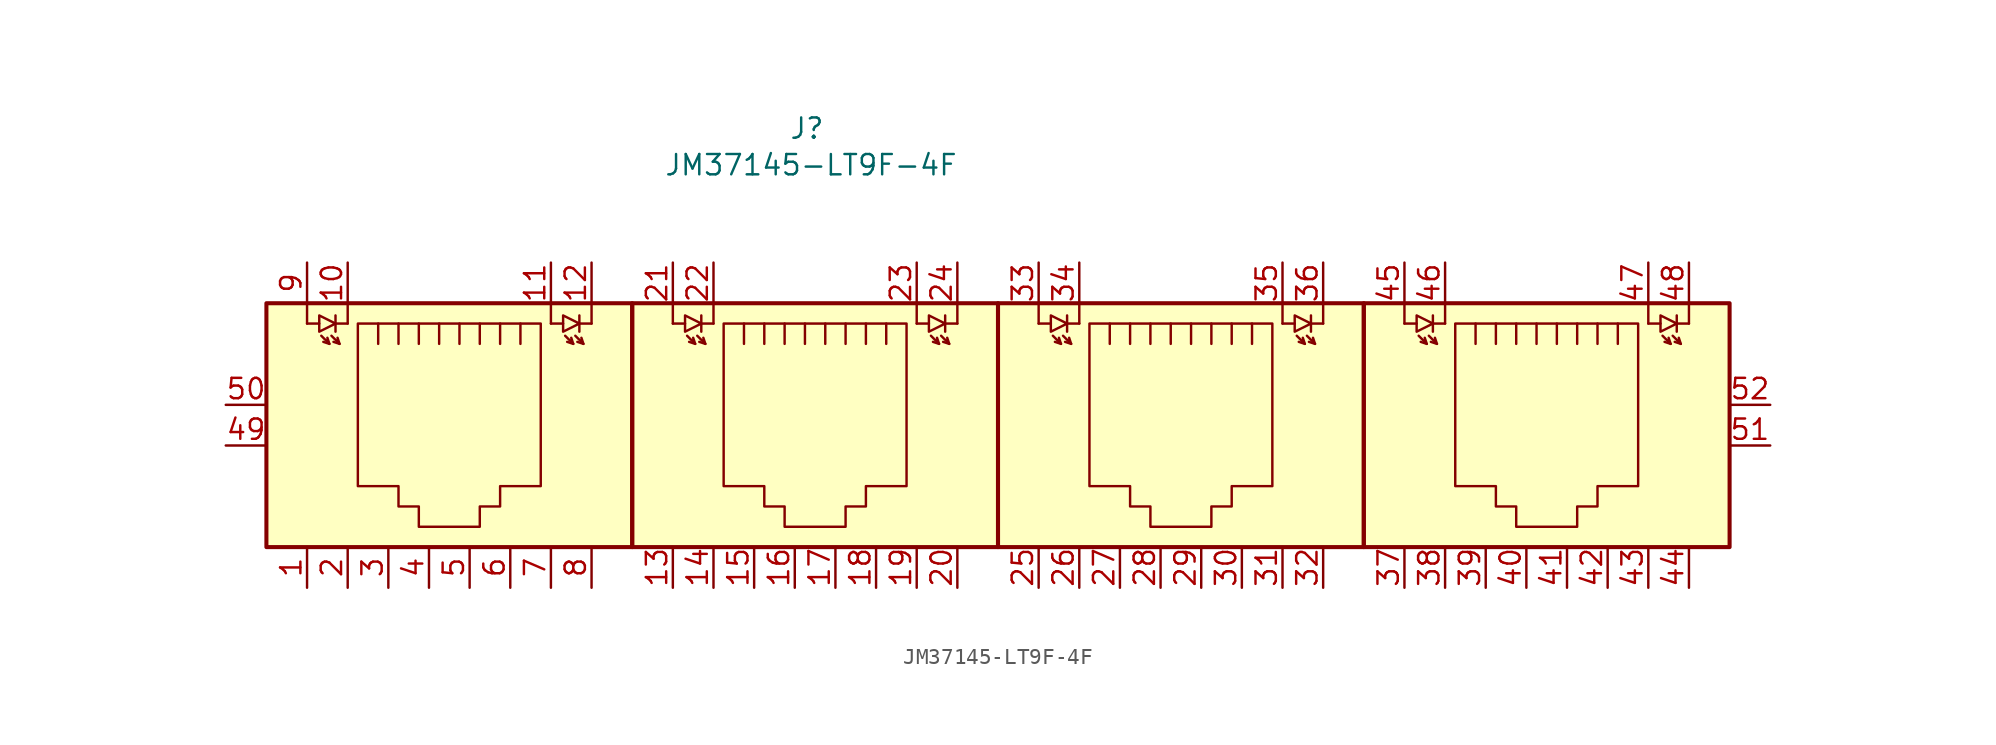
<source format=kicad_sym>
(kicad_symbol_lib
  (version 20241209)
  (generator "kicad_symbol_editor")
  (generator_version "9.0")
  (symbol "JM37145-LT9F-4F"
    (pin_names
      (hide yes))
    (property "Reference" "J"
      (at 2.032 5.842 0)
      (effects (font (size 1.27 1.27))))
    (property "Value" "JM37145-LT9F-4F"
      (at 2.286 3.556 0)
      (effects (font (size 1.27 1.27))))
    (symbol "JM37145-LT9F-4F_0_1"
      (polyline (pts (xy -29.21 -5.08) (xy -29.21 -6.35)) (stroke (width 0) (type default)) (fill (type none)))
      (polyline (pts (xy -29.21 -6.35) (xy -28.448 -6.35)) (stroke (width 0) (type default)) (fill (type none)))
      (polyline (pts (xy -28.321 -7.112) (xy -27.813 -7.62) (xy -27.94 -7.239)) (stroke (width 0) (type default)) (fill (type none)))
      (polyline (pts (xy -27.813 -7.62) (xy -28.194 -7.493)) (stroke (width 0) (type default)) (fill (type none)))
      (polyline (pts (xy -27.686 -7.112) (xy -27.178 -7.62) (xy -27.305 -7.239)) (stroke (width 0) (type default)) (fill (type none)))
      (polyline (pts (xy -27.432 -5.842) (xy -27.432 -6.858)) (stroke (width 0) (type default)) (fill (type none)))
      (polyline (pts (xy -27.432 -6.35) (xy -28.448 -5.842) (xy -28.448 -6.858) (xy -27.432 -6.35)) (stroke (width 0) (type default)) (fill (type none)))
      (polyline (pts (xy -27.178 -7.62) (xy -27.559 -7.493)) (stroke (width 0) (type default)) (fill (type none)))
      (polyline (pts (xy -26.67 -5.08) (xy -26.67 -6.35)) (stroke (width 0) (type default)) (fill (type none)))
      (polyline (pts (xy -26.67 -6.35) (xy -27.432 -6.35)) (stroke (width 0) (type default)) (fill (type none)))
      (polyline (pts (xy -26.035 -6.35) (xy -14.605 -6.35) (xy -14.605 -16.51) (xy -17.145 -16.51) (xy -17.145 -17.78) (xy -18.415 -17.78) (xy -18.415 -19.05) (xy -22.225 -19.05) (xy -22.225 -17.78) (xy -23.495 -17.78) (xy -23.495 -16.51) (xy -26.035 -16.51) (xy -26.035 -6.35) (xy -26.035 -6.35)) (stroke (width 0) (type default)) (fill (type none)))
      (polyline (pts (xy -24.765 -6.35) (xy -24.765 -7.62) (xy -24.765 -7.62)) (stroke (width 0) (type default)) (fill (type none)))
      (polyline (pts (xy -23.495 -6.35) (xy -23.495 -7.62) (xy -23.495 -7.62)) (stroke (width 0) (type default)) (fill (type none)))
      (polyline (pts (xy -22.225 -6.35) (xy -22.225 -7.62) (xy -22.225 -7.62)) (stroke (width 0) (type default)) (fill (type none)))
      (polyline (pts (xy -20.955 -6.35) (xy -20.955 -7.62) (xy -20.955 -7.62)) (stroke (width 0) (type default)) (fill (type none)))
      (polyline (pts (xy -19.685 -6.35) (xy -19.685 -7.62) (xy -19.685 -7.62)) (stroke (width 0) (type default)) (fill (type none)))
      (polyline (pts (xy -18.415 -7.62) (xy -18.415 -6.35) (xy -18.415 -6.35)) (stroke (width 0) (type default)) (fill (type none)))
      (polyline (pts (xy -17.145 -7.62) (xy -17.145 -6.35)) (stroke (width 0) (type default)) (fill (type none)))
      (polyline (pts (xy -15.875 -7.62) (xy -15.875 -6.35)) (stroke (width 0) (type default)) (fill (type none)))
      (polyline (pts (xy -13.97 -5.08) (xy -13.97 -6.35)) (stroke (width 0) (type default)) (fill (type none)))
      (polyline (pts (xy -13.97 -6.35) (xy -13.208 -6.35)) (stroke (width 0) (type default)) (fill (type none)))
      (polyline (pts (xy -13.081 -7.112) (xy -12.573 -7.62) (xy -12.7 -7.239)) (stroke (width 0) (type default)) (fill (type none)))
      (polyline (pts (xy -12.573 -7.62) (xy -12.954 -7.493)) (stroke (width 0) (type default)) (fill (type none)))
      (polyline (pts (xy -12.446 -7.112) (xy -11.938 -7.62) (xy -12.065 -7.239)) (stroke (width 0) (type default)) (fill (type none)))
      (polyline (pts (xy -12.192 -5.842) (xy -12.192 -6.858)) (stroke (width 0) (type default)) (fill (type none)))
      (polyline (pts (xy -12.192 -6.35) (xy -13.208 -5.842) (xy -13.208 -6.858) (xy -12.192 -6.35)) (stroke (width 0) (type default)) (fill (type none)))
      (polyline (pts (xy -11.938 -7.62) (xy -12.319 -7.493)) (stroke (width 0) (type default)) (fill (type none)))
      (polyline (pts (xy -11.43 -5.08) (xy -11.43 -6.35)) (stroke (width 0) (type default)) (fill (type none)))
      (polyline (pts (xy -11.43 -6.35) (xy -12.192 -6.35)) (stroke (width 0) (type default)) (fill (type none)))
      (rectangle (start -8.89 -20.32) (end -31.75 -5.08) (stroke (width 0.254) (type default)) (fill (type background)))
      (polyline (pts (xy -6.35 -5.08) (xy -6.35 -6.35)) (stroke (width 0) (type default)) (fill (type none)))
      (polyline (pts (xy -6.35 -6.35) (xy -5.588 -6.35)) (stroke (width 0) (type default)) (fill (type none)))
      (polyline (pts (xy -5.461 -7.112) (xy -4.953 -7.62) (xy -5.08 -7.239)) (stroke (width 0) (type default)) (fill (type none)))
      (polyline (pts (xy -4.953 -7.62) (xy -5.334 -7.493)) (stroke (width 0) (type default)) (fill (type none)))
      (polyline (pts (xy -4.826 -7.112) (xy -4.318 -7.62) (xy -4.445 -7.239)) (stroke (width 0) (type default)) (fill (type none)))
      (polyline (pts (xy -4.572 -5.842) (xy -4.572 -6.858)) (stroke (width 0) (type default)) (fill (type none)))
      (polyline (pts (xy -4.572 -6.35) (xy -5.588 -5.842) (xy -5.588 -6.858) (xy -4.572 -6.35)) (stroke (width 0) (type default)) (fill (type none)))
      (polyline (pts (xy -4.318 -7.62) (xy -4.699 -7.493)) (stroke (width 0) (type default)) (fill (type none)))
      (polyline (pts (xy -3.81 -5.08) (xy -3.81 -6.35)) (stroke (width 0) (type default)) (fill (type none)))
      (polyline (pts (xy -3.81 -6.35) (xy -4.572 -6.35)) (stroke (width 0) (type default)) (fill (type none)))
      (polyline (pts (xy -3.175 -6.35) (xy 8.255 -6.35) (xy 8.255 -16.51) (xy 5.715 -16.51) (xy 5.715 -17.78) (xy 4.445 -17.78) (xy 4.445 -19.05) (xy 0.635 -19.05) (xy 0.635 -17.78) (xy -0.635 -17.78) (xy -0.635 -16.51) (xy -3.175 -16.51) (xy -3.175 -6.35) (xy -3.175 -6.35)) (stroke (width 0) (type default)) (fill (type none)))
      (polyline (pts (xy -1.905 -6.35) (xy -1.905 -7.62) (xy -1.905 -7.62)) (stroke (width 0) (type default)) (fill (type none)))
      (polyline (pts (xy -0.635 -6.35) (xy -0.635 -7.62) (xy -0.635 -7.62)) (stroke (width 0) (type default)) (fill (type none)))
      (polyline (pts (xy 0.635 -6.35) (xy 0.635 -7.62) (xy 0.635 -7.62)) (stroke (width 0) (type default)) (fill (type none)))
      (polyline (pts (xy 1.905 -6.35) (xy 1.905 -7.62) (xy 1.905 -7.62)) (stroke (width 0) (type default)) (fill (type none)))
      (polyline (pts (xy 3.175 -6.35) (xy 3.175 -7.62) (xy 3.175 -7.62)) (stroke (width 0) (type default)) (fill (type none)))
      (polyline (pts (xy 4.445 -7.62) (xy 4.445 -6.35) (xy 4.445 -6.35)) (stroke (width 0) (type default)) (fill (type none)))
      (polyline (pts (xy 5.715 -7.62) (xy 5.715 -6.35)) (stroke (width 0) (type default)) (fill (type none)))
      (polyline (pts (xy 6.985 -7.62) (xy 6.985 -6.35)) (stroke (width 0) (type default)) (fill (type none)))
      (polyline (pts (xy 8.89 -5.08) (xy 8.89 -6.35)) (stroke (width 0) (type default)) (fill (type none)))
      (polyline (pts (xy 8.89 -6.35) (xy 9.652 -6.35)) (stroke (width 0) (type default)) (fill (type none)))
      (polyline (pts (xy 9.779 -7.112) (xy 10.287 -7.62) (xy 10.16 -7.239)) (stroke (width 0) (type default)) (fill (type none)))
      (polyline (pts (xy 10.287 -7.62) (xy 9.906 -7.493)) (stroke (width 0) (type default)) (fill (type none)))
      (polyline (pts (xy 10.414 -7.112) (xy 10.922 -7.62) (xy 10.795 -7.239)) (stroke (width 0) (type default)) (fill (type none)))
      (polyline (pts (xy 10.668 -5.842) (xy 10.668 -6.858)) (stroke (width 0) (type default)) (fill (type none)))
      (polyline (pts (xy 10.668 -6.35) (xy 9.652 -5.842) (xy 9.652 -6.858) (xy 10.668 -6.35)) (stroke (width 0) (type default)) (fill (type none)))
      (polyline (pts (xy 10.922 -7.62) (xy 10.541 -7.493)) (stroke (width 0) (type default)) (fill (type none)))
      (polyline (pts (xy 11.43 -5.08) (xy 11.43 -6.35)) (stroke (width 0) (type default)) (fill (type none)))
      (polyline (pts (xy 11.43 -6.35) (xy 10.668 -6.35)) (stroke (width 0) (type default)) (fill (type none)))
      (rectangle (start 13.97 -20.32) (end -8.89 -5.08) (stroke (width 0.254) (type default)) (fill (type background)))
      (polyline (pts (xy 16.51 -5.08) (xy 16.51 -6.35)) (stroke (width 0) (type default)) (fill (type none)))
      (polyline (pts (xy 16.51 -6.35) (xy 17.272 -6.35)) (stroke (width 0) (type default)) (fill (type none)))
      (polyline (pts (xy 17.399 -7.112) (xy 17.907 -7.62) (xy 17.78 -7.239)) (stroke (width 0) (type default)) (fill (type none)))
      (polyline (pts (xy 17.907 -7.62) (xy 17.526 -7.493)) (stroke (width 0) (type default)) (fill (type none)))
      (polyline (pts (xy 18.034 -7.112) (xy 18.542 -7.62) (xy 18.415 -7.239)) (stroke (width 0) (type default)) (fill (type none)))
      (polyline (pts (xy 18.288 -5.842) (xy 18.288 -6.858)) (stroke (width 0) (type default)) (fill (type none)))
      (polyline (pts (xy 18.288 -6.35) (xy 17.272 -5.842) (xy 17.272 -6.858) (xy 18.288 -6.35)) (stroke (width 0) (type default)) (fill (type none)))
      (polyline (pts (xy 18.542 -7.62) (xy 18.161 -7.493)) (stroke (width 0) (type default)) (fill (type none)))
      (polyline (pts (xy 19.05 -5.08) (xy 19.05 -6.35)) (stroke (width 0) (type default)) (fill (type none)))
      (polyline (pts (xy 19.05 -6.35) (xy 18.288 -6.35)) (stroke (width 0) (type default)) (fill (type none)))
      (polyline (pts (xy 19.685 -6.35) (xy 31.115 -6.35) (xy 31.115 -16.51) (xy 28.575 -16.51) (xy 28.575 -17.78) (xy 27.305 -17.78) (xy 27.305 -19.05) (xy 23.495 -19.05) (xy 23.495 -17.78) (xy 22.225 -17.78) (xy 22.225 -16.51) (xy 19.685 -16.51) (xy 19.685 -6.35) (xy 19.685 -6.35)) (stroke (width 0) (type default)) (fill (type none)))
      (polyline (pts (xy 20.955 -6.35) (xy 20.955 -7.62) (xy 20.955 -7.62)) (stroke (width 0) (type default)) (fill (type none)))
      (polyline (pts (xy 22.225 -6.35) (xy 22.225 -7.62) (xy 22.225 -7.62)) (stroke (width 0) (type default)) (fill (type none)))
      (polyline (pts (xy 23.495 -6.35) (xy 23.495 -7.62) (xy 23.495 -7.62)) (stroke (width 0) (type default)) (fill (type none)))
      (polyline (pts (xy 24.765 -6.35) (xy 24.765 -7.62) (xy 24.765 -7.62)) (stroke (width 0) (type default)) (fill (type none)))
      (polyline (pts (xy 26.035 -6.35) (xy 26.035 -7.62) (xy 26.035 -7.62)) (stroke (width 0) (type default)) (fill (type none)))
      (polyline (pts (xy 27.305 -7.62) (xy 27.305 -6.35) (xy 27.305 -6.35)) (stroke (width 0) (type default)) (fill (type none)))
      (polyline (pts (xy 28.575 -7.62) (xy 28.575 -6.35)) (stroke (width 0) (type default)) (fill (type none)))
      (polyline (pts (xy 29.845 -7.62) (xy 29.845 -6.35)) (stroke (width 0) (type default)) (fill (type none)))
      (polyline (pts (xy 31.75 -5.08) (xy 31.75 -6.35)) (stroke (width 0) (type default)) (fill (type none)))
      (polyline (pts (xy 31.75 -6.35) (xy 32.512 -6.35)) (stroke (width 0) (type default)) (fill (type none)))
      (polyline (pts (xy 32.639 -7.112) (xy 33.147 -7.62) (xy 33.02 -7.239)) (stroke (width 0) (type default)) (fill (type none)))
      (polyline (pts (xy 33.147 -7.62) (xy 32.766 -7.493)) (stroke (width 0) (type default)) (fill (type none)))
      (polyline (pts (xy 33.274 -7.112) (xy 33.782 -7.62) (xy 33.655 -7.239)) (stroke (width 0) (type default)) (fill (type none)))
      (polyline (pts (xy 33.528 -5.842) (xy 33.528 -6.858)) (stroke (width 0) (type default)) (fill (type none)))
      (polyline (pts (xy 33.528 -6.35) (xy 32.512 -5.842) (xy 32.512 -6.858) (xy 33.528 -6.35)) (stroke (width 0) (type default)) (fill (type none)))
      (polyline (pts (xy 33.782 -7.62) (xy 33.401 -7.493)) (stroke (width 0) (type default)) (fill (type none)))
      (polyline (pts (xy 34.29 -5.08) (xy 34.29 -6.35)) (stroke (width 0) (type default)) (fill (type none)))
      (polyline (pts (xy 34.29 -6.35) (xy 33.528 -6.35)) (stroke (width 0) (type default)) (fill (type none)))
      (rectangle (start 36.83 -20.32) (end 13.97 -5.08) (stroke (width 0.254) (type default)) (fill (type background)))
      (polyline (pts (xy 39.37 -5.08) (xy 39.37 -6.35)) (stroke (width 0) (type default)) (fill (type none)))
      (polyline (pts (xy 39.37 -6.35) (xy 40.132 -6.35)) (stroke (width 0) (type default)) (fill (type none)))
      (polyline (pts (xy 40.259 -7.112) (xy 40.767 -7.62) (xy 40.64 -7.239)) (stroke (width 0) (type default)) (fill (type none)))
      (polyline (pts (xy 40.767 -7.62) (xy 40.386 -7.493)) (stroke (width 0) (type default)) (fill (type none)))
      (polyline (pts (xy 40.894 -7.112) (xy 41.402 -7.62) (xy 41.275 -7.239)) (stroke (width 0) (type default)) (fill (type none)))
      (polyline (pts (xy 41.148 -5.842) (xy 41.148 -6.858)) (stroke (width 0) (type default)) (fill (type none)))
      (polyline (pts (xy 41.148 -6.35) (xy 40.132 -5.842) (xy 40.132 -6.858) (xy 41.148 -6.35)) (stroke (width 0) (type default)) (fill (type none)))
      (polyline (pts (xy 41.402 -7.62) (xy 41.021 -7.493)) (stroke (width 0) (type default)) (fill (type none)))
      (polyline (pts (xy 41.91 -5.08) (xy 41.91 -6.35)) (stroke (width 0) (type default)) (fill (type none)))
      (polyline (pts (xy 41.91 -6.35) (xy 41.148 -6.35)) (stroke (width 0) (type default)) (fill (type none)))
      (polyline (pts (xy 42.545 -6.35) (xy 53.975 -6.35) (xy 53.975 -16.51) (xy 51.435 -16.51) (xy 51.435 -17.78) (xy 50.165 -17.78) (xy 50.165 -19.05) (xy 46.355 -19.05) (xy 46.355 -17.78) (xy 45.085 -17.78) (xy 45.085 -16.51) (xy 42.545 -16.51) (xy 42.545 -6.35) (xy 42.545 -6.35)) (stroke (width 0) (type default)) (fill (type none)))
      (polyline (pts (xy 43.815 -6.35) (xy 43.815 -7.62) (xy 43.815 -7.62)) (stroke (width 0) (type default)) (fill (type none)))
      (polyline (pts (xy 45.085 -6.35) (xy 45.085 -7.62) (xy 45.085 -7.62)) (stroke (width 0) (type default)) (fill (type none)))
      (polyline (pts (xy 46.355 -6.35) (xy 46.355 -7.62) (xy 46.355 -7.62)) (stroke (width 0) (type default)) (fill (type none)))
      (polyline (pts (xy 47.625 -6.35) (xy 47.625 -7.62) (xy 47.625 -7.62)) (stroke (width 0) (type default)) (fill (type none)))
      (polyline (pts (xy 48.895 -6.35) (xy 48.895 -7.62) (xy 48.895 -7.62)) (stroke (width 0) (type default)) (fill (type none)))
      (polyline (pts (xy 50.165 -7.62) (xy 50.165 -6.35) (xy 50.165 -6.35)) (stroke (width 0) (type default)) (fill (type none)))
      (polyline (pts (xy 51.435 -7.62) (xy 51.435 -6.35)) (stroke (width 0) (type default)) (fill (type none)))
      (polyline (pts (xy 52.705 -7.62) (xy 52.705 -6.35)) (stroke (width 0) (type default)) (fill (type none)))
      (polyline (pts (xy 54.61 -5.08) (xy 54.61 -6.35)) (stroke (width 0) (type default)) (fill (type none)))
      (polyline (pts (xy 54.61 -6.35) (xy 55.372 -6.35)) (stroke (width 0) (type default)) (fill (type none)))
      (polyline (pts (xy 55.499 -7.112) (xy 56.007 -7.62) (xy 55.88 -7.239)) (stroke (width 0) (type default)) (fill (type none)))
      (polyline (pts (xy 56.007 -7.62) (xy 55.626 -7.493)) (stroke (width 0) (type default)) (fill (type none)))
      (polyline (pts (xy 56.134 -7.112) (xy 56.642 -7.62) (xy 56.515 -7.239)) (stroke (width 0) (type default)) (fill (type none)))
      (polyline (pts (xy 56.388 -5.842) (xy 56.388 -6.858)) (stroke (width 0) (type default)) (fill (type none)))
      (polyline (pts (xy 56.388 -6.35) (xy 55.372 -5.842) (xy 55.372 -6.858) (xy 56.388 -6.35)) (stroke (width 0) (type default)) (fill (type none)))
      (polyline (pts (xy 56.642 -7.62) (xy 56.261 -7.493)) (stroke (width 0) (type default)) (fill (type none)))
      (polyline (pts (xy 57.15 -5.08) (xy 57.15 -6.35)) (stroke (width 0) (type default)) (fill (type none)))
      (polyline (pts (xy 57.15 -6.35) (xy 56.388 -6.35)) (stroke (width 0) (type default)) (fill (type none)))
      (rectangle (start 59.69 -20.32) (end 36.83 -5.08) (stroke (width 0.254) (type default)) (fill (type background))))
    (symbol "JM37145-LT9F-4F_1_1"
      (pin input line (at -34.29 -11.43 0) (length 2.54) (name "pin50" (effects (font (size 1.27 1.27)))) (number "50" (effects (font (size 1.27 1.27)))))
      (pin input line (at -34.29 -13.97 0) (length 2.54) (name "pin49" (effects (font (size 1.27 1.27)))) (number "49" (effects (font (size 1.27 1.27)))))
      (pin input line (at -29.21 -2.54 270) (length 2.54) (name "pin9" (effects (font (size 1.27 1.27)))) (number "9" (effects (font (size 1.27 1.27)))))
      (pin input line (at -29.21 -22.86 90) (length 2.54) (name "pin1" (effects (font (size 1.27 1.27)))) (number "1" (effects (font (size 1.27 1.27)))))
      (pin input line (at -26.67 -2.54 270) (length 2.54) (name "pin10" (effects (font (size 1.27 1.27)))) (number "10" (effects (font (size 1.27 1.27)))))
      (pin input line (at -26.67 -22.86 90) (length 2.54) (name "pin2" (effects (font (size 1.27 1.27)))) (number "2" (effects (font (size 1.27 1.27)))))
      (pin input line (at -24.13 -22.86 90) (length 2.54) (name "pin3" (effects (font (size 1.27 1.27)))) (number "3" (effects (font (size 1.27 1.27)))))
      (pin input line (at -21.59 -22.86 90) (length 2.54) (name "pin4" (effects (font (size 1.27 1.27)))) (number "4" (effects (font (size 1.27 1.27)))))
      (pin input line (at -19.05 -22.86 90) (length 2.54) (name "pin5" (effects (font (size 1.27 1.27)))) (number "5" (effects (font (size 1.27 1.27)))))
      (pin input line (at -16.51 -22.86 90) (length 2.54) (name "pin6" (effects (font (size 1.27 1.27)))) (number "6" (effects (font (size 1.27 1.27)))))
      (pin input line (at -13.97 -2.54 270) (length 2.54) (name "pin11" (effects (font (size 1.27 1.27)))) (number "11" (effects (font (size 1.27 1.27)))))
      (pin input line (at -13.97 -22.86 90) (length 2.54) (name "pin7" (effects (font (size 1.27 1.27)))) (number "7" (effects (font (size 1.27 1.27)))))
      (pin input line (at -11.43 -2.54 270) (length 2.54) (name "pin12" (effects (font (size 1.27 1.27)))) (number "12" (effects (font (size 1.27 1.27)))))
      (pin input line (at -11.43 -22.86 90) (length 2.54) (name "pin8" (effects (font (size 1.27 1.27)))) (number "8" (effects (font (size 1.27 1.27)))))
      (pin input line (at -6.35 -2.54 270) (length 2.54) (name "pin21" (effects (font (size 1.27 1.27)))) (number "21" (effects (font (size 1.27 1.27)))))
      (pin input line (at -6.35 -22.86 90) (length 2.54) (name "pin13" (effects (font (size 1.27 1.27)))) (number "13" (effects (font (size 1.27 1.27)))))
      (pin input line (at -3.81 -2.54 270) (length 2.54) (name "pin22" (effects (font (size 1.27 1.27)))) (number "22" (effects (font (size 1.27 1.27)))))
      (pin input line (at -3.81 -22.86 90) (length 2.54) (name "pin14" (effects (font (size 1.27 1.27)))) (number "14" (effects (font (size 1.27 1.27)))))
      (pin input line (at -1.27 -22.86 90) (length 2.54) (name "pin15" (effects (font (size 1.27 1.27)))) (number "15" (effects (font (size 1.27 1.27)))))
      (pin input line (at 1.27 -22.86 90) (length 2.54) (name "pin16" (effects (font (size 1.27 1.27)))) (number "16" (effects (font (size 1.27 1.27)))))
      (pin input line (at 3.81 -22.86 90) (length 2.54) (name "pin17" (effects (font (size 1.27 1.27)))) (number "17" (effects (font (size 1.27 1.27)))))
      (pin input line (at 6.35 -22.86 90) (length 2.54) (name "pin18" (effects (font (size 1.27 1.27)))) (number "18" (effects (font (size 1.27 1.27)))))
      (pin input line (at 8.89 -2.54 270) (length 2.54) (name "pin23" (effects (font (size 1.27 1.27)))) (number "23" (effects (font (size 1.27 1.27)))))
      (pin input line (at 8.89 -22.86 90) (length 2.54) (name "pin19" (effects (font (size 1.27 1.27)))) (number "19" (effects (font (size 1.27 1.27)))))
      (pin input line (at 11.43 -2.54 270) (length 2.54) (name "pin24" (effects (font (size 1.27 1.27)))) (number "24" (effects (font (size 1.27 1.27)))))
      (pin input line (at 11.43 -22.86 90) (length 2.54) (name "pin20" (effects (font (size 1.27 1.27)))) (number "20" (effects (font (size 1.27 1.27)))))
      (pin input line (at 16.51 -2.54 270) (length 2.54) (name "pin33" (effects (font (size 1.27 1.27)))) (number "33" (effects (font (size 1.27 1.27)))))
      (pin input line (at 16.51 -22.86 90) (length 2.54) (name "pin25" (effects (font (size 1.27 1.27)))) (number "25" (effects (font (size 1.27 1.27)))))
      (pin input line (at 19.05 -2.54 270) (length 2.54) (name "pin34" (effects (font (size 1.27 1.27)))) (number "34" (effects (font (size 1.27 1.27)))))
      (pin input line (at 19.05 -22.86 90) (length 2.54) (name "pin26" (effects (font (size 1.27 1.27)))) (number "26" (effects (font (size 1.27 1.27)))))
      (pin input line (at 21.59 -22.86 90) (length 2.54) (name "pin27" (effects (font (size 1.27 1.27)))) (number "27" (effects (font (size 1.27 1.27)))))
      (pin input line (at 24.13 -22.86 90) (length 2.54) (name "pin28" (effects (font (size 1.27 1.27)))) (number "28" (effects (font (size 1.27 1.27)))))
      (pin input line (at 26.67 -22.86 90) (length 2.54) (name "pin29" (effects (font (size 1.27 1.27)))) (number "29" (effects (font (size 1.27 1.27)))))
      (pin input line (at 29.21 -22.86 90) (length 2.54) (name "pin30" (effects (font (size 1.27 1.27)))) (number "30" (effects (font (size 1.27 1.27)))))
      (pin input line (at 31.75 -2.54 270) (length 2.54) (name "pin35" (effects (font (size 1.27 1.27)))) (number "35" (effects (font (size 1.27 1.27)))))
      (pin input line (at 31.75 -22.86 90) (length 2.54) (name "pin31" (effects (font (size 1.27 1.27)))) (number "31" (effects (font (size 1.27 1.27)))))
      (pin input line (at 34.29 -2.54 270) (length 2.54) (name "pin36" (effects (font (size 1.27 1.27)))) (number "36" (effects (font (size 1.27 1.27)))))
      (pin input line (at 34.29 -22.86 90) (length 2.54) (name "pin32" (effects (font (size 1.27 1.27)))) (number "32" (effects (font (size 1.27 1.27)))))
      (pin input line (at 39.37 -2.54 270) (length 2.54) (name "pin45" (effects (font (size 1.27 1.27)))) (number "45" (effects (font (size 1.27 1.27)))))
      (pin input line (at 39.37 -22.86 90) (length 2.54) (name "pin37" (effects (font (size 1.27 1.27)))) (number "37" (effects (font (size 1.27 1.27)))))
      (pin input line (at 41.91 -2.54 270) (length 2.54) (name "pin46" (effects (font (size 1.27 1.27)))) (number "46" (effects (font (size 1.27 1.27)))))
      (pin input line (at 41.91 -22.86 90) (length 2.54) (name "pin38" (effects (font (size 1.27 1.27)))) (number "38" (effects (font (size 1.27 1.27)))))
      (pin input line (at 44.45 -22.86 90) (length 2.54) (name "pin39" (effects (font (size 1.27 1.27)))) (number "39" (effects (font (size 1.27 1.27)))))
      (pin input line (at 46.99 -22.86 90) (length 2.54) (name "pin40" (effects (font (size 1.27 1.27)))) (number "40" (effects (font (size 1.27 1.27)))))
      (pin input line (at 49.53 -22.86 90) (length 2.54) (name "pin41" (effects (font (size 1.27 1.27)))) (number "41" (effects (font (size 1.27 1.27)))))
      (pin input line (at 52.07 -22.86 90) (length 2.54) (name "pin42" (effects (font (size 1.27 1.27)))) (number "42" (effects (font (size 1.27 1.27)))))
      (pin input line (at 54.61 -2.54 270) (length 2.54) (name "pin47" (effects (font (size 1.27 1.27)))) (number "47" (effects (font (size 1.27 1.27)))))
      (pin input line (at 54.61 -22.86 90) (length 2.54) (name "pin43" (effects (font (size 1.27 1.27)))) (number "43" (effects (font (size 1.27 1.27)))))
      (pin input line (at 57.15 -2.54 270) (length 2.54) (name "pin48" (effects (font (size 1.27 1.27)))) (number "48" (effects (font (size 1.27 1.27)))))
      (pin input line (at 57.15 -22.86 90) (length 2.54) (name "pin44" (effects (font (size 1.27 1.27)))) (number "44" (effects (font (size 1.27 1.27)))))
      (pin input line (at 62.23 -11.43 180) (length 2.54) (name "pin52" (effects (font (size 1.27 1.27)))) (number "52" (effects (font (size 1.27 1.27)))))
      (pin input line (at 62.23 -13.97 180) (length 2.54) (name "pin51" (effects (font (size 1.27 1.27)))) (number "51" (effects (font (size 1.27 1.27))))))))
</source>
